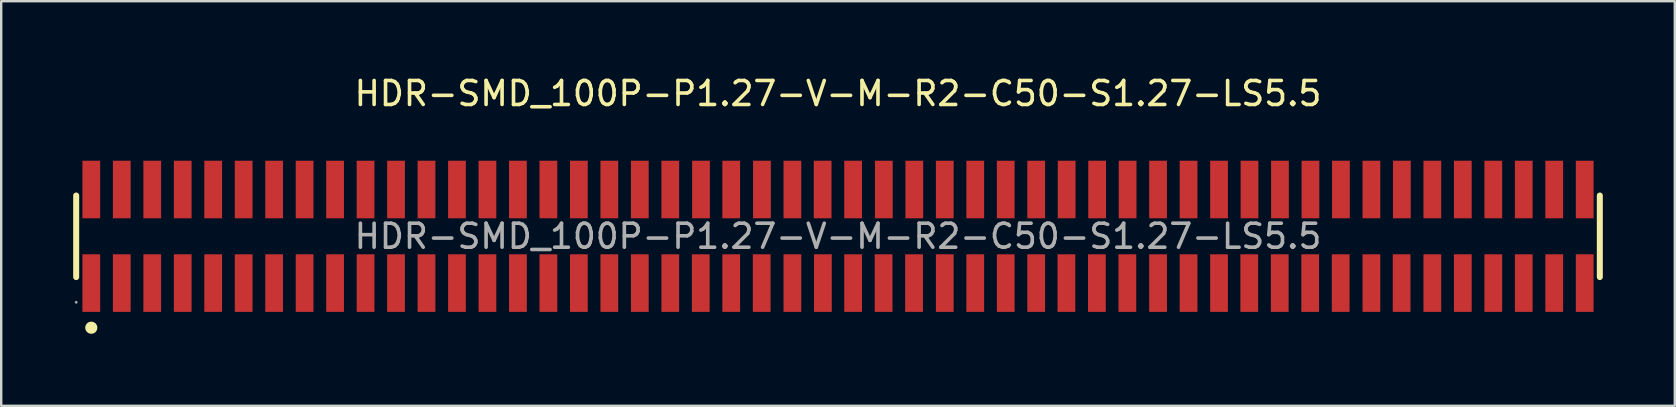
<source format=kicad_pcb>
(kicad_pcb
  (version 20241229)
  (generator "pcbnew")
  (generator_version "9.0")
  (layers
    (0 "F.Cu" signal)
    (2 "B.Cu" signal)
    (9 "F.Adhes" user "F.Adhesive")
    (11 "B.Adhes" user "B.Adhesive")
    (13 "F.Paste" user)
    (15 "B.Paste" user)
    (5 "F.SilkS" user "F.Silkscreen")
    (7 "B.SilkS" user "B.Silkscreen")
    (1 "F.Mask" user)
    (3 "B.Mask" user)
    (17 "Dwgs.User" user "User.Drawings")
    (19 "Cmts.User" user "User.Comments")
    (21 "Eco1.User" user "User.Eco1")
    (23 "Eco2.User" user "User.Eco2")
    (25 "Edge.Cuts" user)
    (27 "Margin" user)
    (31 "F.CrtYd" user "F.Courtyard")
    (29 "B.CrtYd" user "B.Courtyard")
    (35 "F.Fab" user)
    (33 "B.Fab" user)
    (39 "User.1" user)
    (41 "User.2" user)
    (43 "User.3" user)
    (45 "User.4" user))
  (footprint "HDR-SMD_100P-P1.27-V-M-R2-C50-S1.27-LS5.5"
    (layer "F.Cu")
    (at 31.875 6.798)
    (property "Reference" "HDR-SMD_100P-P1.27-V-M-R2-C50-S1.27-LS5.5" (at 0 -5.95 0) (layer "F.SilkS") (effects (font (size 1 1) (thickness 0.15))))
    (attr through_hole)
    (fp_line (start -31.75 -1.7) (end -31.75 1.7) (stroke (width 0.25) (type solid)) (layer "F.SilkS"))
    (fp_line (start 31.75 1.7) (end 31.75 -1.7) (stroke (width 0.25) (type solid)) (layer "F.SilkS"))
    (fp_circle (center -31.12 3.81) (end -30.99 3.81) (stroke (width 0.25) (type solid)) (fill no) (layer "F.SilkS"))
    (fp_circle (center -31.75 2.75) (end -31.72 2.75) (stroke (width 0.06) (type solid)) (fill no) (layer "F.Fab"))
    (fp_text user "${REFERENCE}" (at 0 0 0) (layer "F.Fab") (effects (font (size 1 1) (thickness 0.15))))
    (pad "1" smd rect (at -31.12 1.95 90) (size 2.4 0.74) (layers "F.Cu" "F.Mask" "F.Paste"))
    (pad "2" smd rect (at -31.12 -1.95 90) (size 2.4 0.74) (layers "F.Cu" "F.Mask" "F.Paste"))
    (pad "3" smd rect (at -29.85 1.95 90) (size 2.4 0.74) (layers "F.Cu" "F.Mask" "F.Paste"))
    (pad "4" smd rect (at -29.85 -1.95 90) (size 2.4 0.74) (layers "F.Cu" "F.Mask" "F.Paste"))
    (pad "5" smd rect (at -28.58 1.95 90) (size 2.4 0.74) (layers "F.Cu" "F.Mask" "F.Paste"))
    (pad "6" smd rect (at -28.58 -1.95 90) (size 2.4 0.74) (layers "F.Cu" "F.Mask" "F.Paste"))
    (pad "7" smd rect (at -27.31 1.95 90) (size 2.4 0.74) (layers "F.Cu" "F.Mask" "F.Paste"))
    (pad "8" smd rect (at -27.31 -1.95 90) (size 2.4 0.74) (layers "F.Cu" "F.Mask" "F.Paste"))
    (pad "9" smd rect (at -26.04 1.95 90) (size 2.4 0.74) (layers "F.Cu" "F.Mask" "F.Paste"))
    (pad "10" smd rect (at -26.04 -1.95 90) (size 2.4 0.74) (layers "F.Cu" "F.Mask" "F.Paste"))
    (pad "11" smd rect (at -24.77 1.95 90) (size 2.4 0.74) (layers "F.Cu" "F.Mask" "F.Paste"))
    (pad "12" smd rect (at -24.77 -1.95 90) (size 2.4 0.74) (layers "F.Cu" "F.Mask" "F.Paste"))
    (pad "13" smd rect (at -23.5 1.95 90) (size 2.4 0.74) (layers "F.Cu" "F.Mask" "F.Paste"))
    (pad "14" smd rect (at -23.5 -1.95 90) (size 2.4 0.74) (layers "F.Cu" "F.Mask" "F.Paste"))
    (pad "15" smd rect (at -22.23 1.95 90) (size 2.4 0.74) (layers "F.Cu" "F.Mask" "F.Paste"))
    (pad "16" smd rect (at -22.23 -1.95 90) (size 2.4 0.74) (layers "F.Cu" "F.Mask" "F.Paste"))
    (pad "17" smd rect (at -20.96 1.95 90) (size 2.4 0.74) (layers "F.Cu" "F.Mask" "F.Paste"))
    (pad "18" smd rect (at -20.96 -1.95 90) (size 2.4 0.74) (layers "F.Cu" "F.Mask" "F.Paste"))
    (pad "19" smd rect (at -19.69 1.95 90) (size 2.4 0.74) (layers "F.Cu" "F.Mask" "F.Paste"))
    (pad "20" smd rect (at -19.69 -1.95 90) (size 2.4 0.74) (layers "F.Cu" "F.Mask" "F.Paste"))
    (pad "21" smd rect (at -18.42 1.95 90) (size 2.4 0.74) (layers "F.Cu" "F.Mask" "F.Paste"))
    (pad "22" smd rect (at -18.42 -1.95 90) (size 2.4 0.74) (layers "F.Cu" "F.Mask" "F.Paste"))
    (pad "23" smd rect (at -17.15 1.95 90) (size 2.4 0.74) (layers "F.Cu" "F.Mask" "F.Paste"))
    (pad "24" smd rect (at -17.15 -1.95 90) (size 2.4 0.74) (layers "F.Cu" "F.Mask" "F.Paste"))
    (pad "25" smd rect (at -15.88 1.95 90) (size 2.4 0.74) (layers "F.Cu" "F.Mask" "F.Paste"))
    (pad "26" smd rect (at -15.88 -1.95 90) (size 2.4 0.74) (layers "F.Cu" "F.Mask" "F.Paste"))
    (pad "27" smd rect (at -14.61 1.95 90) (size 2.4 0.74) (layers "F.Cu" "F.Mask" "F.Paste"))
    (pad "28" smd rect (at -14.61 -1.95 90) (size 2.4 0.74) (layers "F.Cu" "F.Mask" "F.Paste"))
    (pad "29" smd rect (at -13.34 1.95 90) (size 2.4 0.74) (layers "F.Cu" "F.Mask" "F.Paste"))
    (pad "30" smd rect (at -13.34 -1.95 90) (size 2.4 0.74) (layers "F.Cu" "F.Mask" "F.Paste"))
    (pad "31" smd rect (at -12.07 1.95 90) (size 2.4 0.74) (layers "F.Cu" "F.Mask" "F.Paste"))
    (pad "32" smd rect (at -12.07 -1.95 90) (size 2.4 0.74) (layers "F.Cu" "F.Mask" "F.Paste"))
    (pad "33" smd rect (at -10.8 1.95 90) (size 2.4 0.74) (layers "F.Cu" "F.Mask" "F.Paste"))
    (pad "34" smd rect (at -10.8 -1.95 90) (size 2.4 0.74) (layers "F.Cu" "F.Mask" "F.Paste"))
    (pad "35" smd rect (at -9.53 1.95 90) (size 2.4 0.74) (layers "F.Cu" "F.Mask" "F.Paste"))
    (pad "36" smd rect (at -9.53 -1.95 90) (size 2.4 0.74) (layers "F.Cu" "F.Mask" "F.Paste"))
    (pad "37" smd rect (at -8.26 1.95 90) (size 2.4 0.74) (layers "F.Cu" "F.Mask" "F.Paste"))
    (pad "38" smd rect (at -8.26 -1.95 90) (size 2.4 0.74) (layers "F.Cu" "F.Mask" "F.Paste"))
    (pad "39" smd rect (at -6.99 1.95 90) (size 2.4 0.74) (layers "F.Cu" "F.Mask" "F.Paste"))
    (pad "40" smd rect (at -6.99 -1.95 90) (size 2.4 0.74) (layers "F.Cu" "F.Mask" "F.Paste"))
    (pad "41" smd rect (at -5.72 1.95 90) (size 2.4 0.74) (layers "F.Cu" "F.Mask" "F.Paste"))
    (pad "42" smd rect (at -5.71 -1.95 90) (size 2.4 0.74) (layers "F.Cu" "F.Mask" "F.Paste"))
    (pad "43" smd rect (at -4.45 1.95 90) (size 2.4 0.74) (layers "F.Cu" "F.Mask" "F.Paste"))
    (pad "44" smd rect (at -4.45 -1.95 90) (size 2.4 0.74) (layers "F.Cu" "F.Mask" "F.Paste"))
    (pad "45" smd rect (at -3.18 1.95 90) (size 2.4 0.74) (layers "F.Cu" "F.Mask" "F.Paste"))
    (pad "46" smd rect (at -3.17 -1.95 90) (size 2.4 0.74) (layers "F.Cu" "F.Mask" "F.Paste"))
    (pad "47" smd rect (at -1.9 1.95 90) (size 2.4 0.74) (layers "F.Cu" "F.Mask" "F.Paste"))
    (pad "48" smd rect (at -1.9 -1.95 90) (size 2.4 0.74) (layers "F.Cu" "F.Mask" "F.Paste"))
    (pad "49" smd rect (at -0.63 1.95 90) (size 2.4 0.74) (layers "F.Cu" "F.Mask" "F.Paste"))
    (pad "50" smd rect (at -0.64 -1.95 90) (size 2.4 0.74) (layers "F.Cu" "F.Mask" "F.Paste"))
    (pad "51" smd rect (at 0.63 1.95 90) (size 2.4 0.74) (layers "F.Cu" "F.Mask" "F.Paste"))
    (pad "52" smd rect (at 0.63 -1.95 90) (size 2.4 0.74) (layers "F.Cu" "F.Mask" "F.Paste"))
    (pad "53" smd rect (at 1.9 1.95 90) (size 2.4 0.74) (layers "F.Cu" "F.Mask" "F.Paste"))
    (pad "54" smd rect (at 1.91 -1.95 90) (size 2.4 0.74) (layers "F.Cu" "F.Mask" "F.Paste"))
    (pad "55" smd rect (at 3.17 1.95 90) (size 2.4 0.74) (layers "F.Cu" "F.Mask" "F.Paste"))
    (pad "56" smd rect (at 3.18 -1.95 90) (size 2.4 0.74) (layers "F.Cu" "F.Mask" "F.Paste"))
    (pad "57" smd rect (at 4.45 1.95 90) (size 2.4 0.74) (layers "F.Cu" "F.Mask" "F.Paste"))
    (pad "58" smd rect (at 4.45 -1.95 90) (size 2.4 0.74) (layers "F.Cu" "F.Mask" "F.Paste"))
    (pad "59" smd rect (at 5.72 1.95 90) (size 2.4 0.74) (layers "F.Cu" "F.Mask" "F.Paste"))
    (pad "60" smd rect (at 5.72 -1.95 90) (size 2.4 0.74) (layers "F.Cu" "F.Mask" "F.Paste"))
    (pad "61" smd rect (at 6.99 1.95 90) (size 2.4 0.74) (layers "F.Cu" "F.Mask" "F.Paste"))
    (pad "62" smd rect (at 6.99 -1.95 90) (size 2.4 0.74) (layers "F.Cu" "F.Mask" "F.Paste"))
    (pad "63" smd rect (at 8.26 1.95 90) (size 2.4 0.74) (layers "F.Cu" "F.Mask" "F.Paste"))
    (pad "64" smd rect (at 8.26 -1.95 90) (size 2.4 0.74) (layers "F.Cu" "F.Mask" "F.Paste"))
    (pad "65" smd rect (at 9.52 1.95 90) (size 2.4 0.74) (layers "F.Cu" "F.Mask" "F.Paste"))
    (pad "66" smd rect (at 9.53 -1.95 90) (size 2.4 0.74) (layers "F.Cu" "F.Mask" "F.Paste"))
    (pad "67" smd rect (at 10.79 1.95 90) (size 2.4 0.74) (layers "F.Cu" "F.Mask" "F.Paste"))
    (pad "68" smd rect (at 10.8 -1.95 90) (size 2.4 0.74) (layers "F.Cu" "F.Mask" "F.Paste"))
    (pad "69" smd rect (at 12.06 1.95 90) (size 2.4 0.74) (layers "F.Cu" "F.Mask" "F.Paste"))
    (pad "70" smd rect (at 12.07 -1.95 90) (size 2.4 0.74) (layers "F.Cu" "F.Mask" "F.Paste"))
    (pad "71" smd rect (at 13.34 1.95 90) (size 2.4 0.74) (layers "F.Cu" "F.Mask" "F.Paste"))
    (pad "72" smd rect (at 13.34 -1.95 90) (size 2.4 0.74) (layers "F.Cu" "F.Mask" "F.Paste"))
    (pad "73" smd rect (at 14.61 1.95 90) (size 2.4 0.74) (layers "F.Cu" "F.Mask" "F.Paste"))
    (pad "74" smd rect (at 14.61 -1.95 90) (size 2.4 0.74) (layers "F.Cu" "F.Mask" "F.Paste"))
    (pad "75" smd rect (at 15.88 1.95 90) (size 2.4 0.74) (layers "F.Cu" "F.Mask" "F.Paste"))
    (pad "76" smd rect (at 15.88 -1.95 90) (size 2.4 0.74) (layers "F.Cu" "F.Mask" "F.Paste"))
    (pad "77" smd rect (at 17.14 1.95 90) (size 2.4 0.74) (layers "F.Cu" "F.Mask" "F.Paste"))
    (pad "78" smd rect (at 17.15 -1.95 90) (size 2.4 0.74) (layers "F.Cu" "F.Mask" "F.Paste"))
    (pad "79" smd rect (at 18.41 1.95 90) (size 2.4 0.74) (layers "F.Cu" "F.Mask" "F.Paste"))
    (pad "80" smd rect (at 18.42 -1.95 90) (size 2.4 0.74) (layers "F.Cu" "F.Mask" "F.Paste"))
    (pad "81" smd rect (at 19.68 1.95 90) (size 2.4 0.74) (layers "F.Cu" "F.Mask" "F.Paste"))
    (pad "82" smd rect (at 19.69 -1.95 90) (size 2.4 0.74) (layers "F.Cu" "F.Mask" "F.Paste"))
    (pad "83" smd rect (at 20.95 1.95 90) (size 2.4 0.74) (layers "F.Cu" "F.Mask" "F.Paste"))
    (pad "84" smd rect (at 20.96 -1.95 90) (size 2.4 0.74) (layers "F.Cu" "F.Mask" "F.Paste"))
    (pad "85" smd rect (at 22.23 1.95 90) (size 2.4 0.74) (layers "F.Cu" "F.Mask" "F.Paste"))
    (pad "86" smd rect (at 22.23 -1.95 90) (size 2.4 0.74) (layers "F.Cu" "F.Mask" "F.Paste"))
    (pad "87" smd rect (at 23.49 1.95 90) (size 2.4 0.74) (layers "F.Cu" "F.Mask" "F.Paste"))
    (pad "88" smd rect (at 23.5 -1.95 90) (size 2.4 0.74) (layers "F.Cu" "F.Mask" "F.Paste"))
    (pad "89" smd rect (at 24.77 1.95 90) (size 2.4 0.74) (layers "F.Cu" "F.Mask" "F.Paste"))
    (pad "90" smd rect (at 24.77 -1.95 90) (size 2.4 0.74) (layers "F.Cu" "F.Mask" "F.Paste"))
    (pad "91" smd rect (at 26.04 1.95 90) (size 2.4 0.74) (layers "F.Cu" "F.Mask" "F.Paste"))
    (pad "92" smd rect (at 26.04 -1.95 90) (size 2.4 0.74) (layers "F.Cu" "F.Mask" "F.Paste"))
    (pad "93" smd rect (at 27.31 1.95 90) (size 2.4 0.74) (layers "F.Cu" "F.Mask" "F.Paste"))
    (pad "94" smd rect (at 27.31 -1.95 90) (size 2.4 0.74) (layers "F.Cu" "F.Mask" "F.Paste"))
    (pad "95" smd rect (at 28.58 1.95 90) (size 2.4 0.74) (layers "F.Cu" "F.Mask" "F.Paste"))
    (pad "96" smd rect (at 28.58 -1.95 90) (size 2.4 0.74) (layers "F.Cu" "F.Mask" "F.Paste"))
    (pad "97" smd rect (at 29.85 1.95 90) (size 2.4 0.74) (layers "F.Cu" "F.Mask" "F.Paste"))
    (pad "98" smd rect (at 29.85 -1.95 90) (size 2.4 0.74) (layers "F.Cu" "F.Mask" "F.Paste"))
    (pad "99" smd rect (at 31.12 1.95 90) (size 2.4 0.74) (layers "F.Cu" "F.Mask" "F.Paste"))
    (pad "100" smd rect (at 31.12 -1.95 90) (size 2.4 0.74) (layers "F.Cu" "F.Mask" "F.Paste")))
  (gr_rect
    (start -3 -3)
    (end 66.75 13.863)
    (stroke (width 0.1) (type default))
    (fill no)
    (layer "Edge.Cuts")))
</source>
